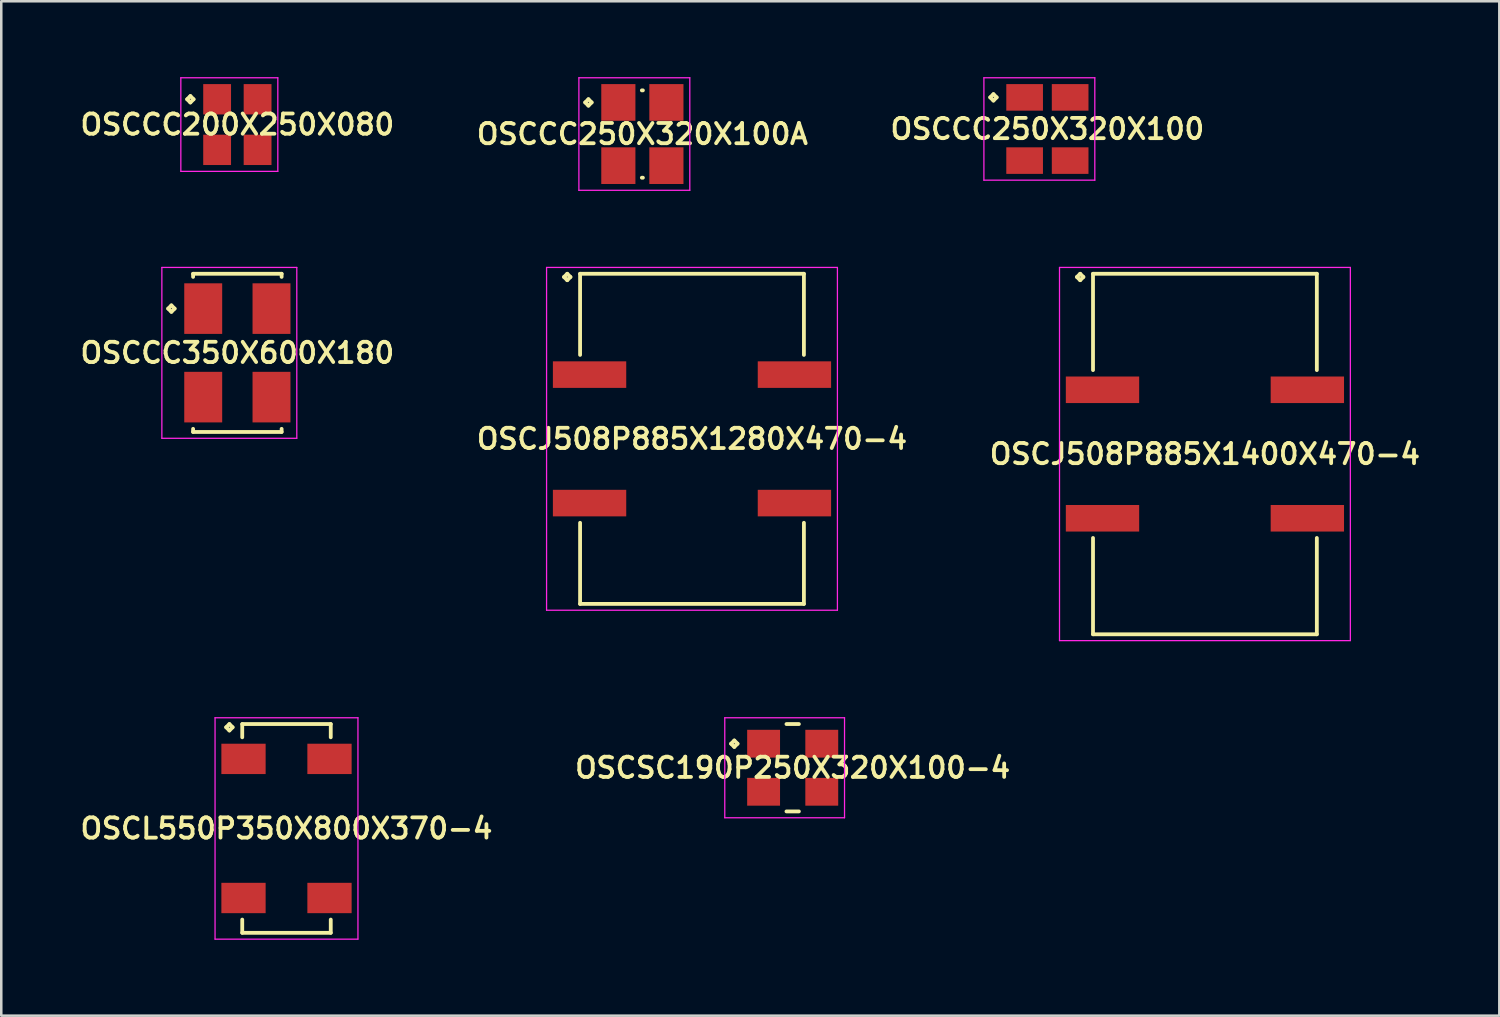
<source format=kicad_pcb>
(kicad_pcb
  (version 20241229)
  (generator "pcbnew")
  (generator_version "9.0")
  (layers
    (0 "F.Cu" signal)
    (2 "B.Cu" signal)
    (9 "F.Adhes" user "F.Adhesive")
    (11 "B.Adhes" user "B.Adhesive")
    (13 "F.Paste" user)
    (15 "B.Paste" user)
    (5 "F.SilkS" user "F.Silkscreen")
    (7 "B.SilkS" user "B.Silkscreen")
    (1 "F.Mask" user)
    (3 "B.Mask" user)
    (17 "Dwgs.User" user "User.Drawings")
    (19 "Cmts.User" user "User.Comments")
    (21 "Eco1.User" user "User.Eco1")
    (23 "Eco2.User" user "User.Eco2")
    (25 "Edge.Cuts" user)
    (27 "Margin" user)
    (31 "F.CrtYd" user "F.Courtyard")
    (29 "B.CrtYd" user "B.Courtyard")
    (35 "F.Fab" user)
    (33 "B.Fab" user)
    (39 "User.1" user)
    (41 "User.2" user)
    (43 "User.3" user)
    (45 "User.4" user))
  (footprint "OSCJ508P885X1280X470-4"
    (layer "F.Cu")
    (at 24.311 14.302)
    (property "Reference" "OSCJ508P885X1280X470-4" (at 0 0 0) (layer "F.SilkS") (effects (font (size 0.8 0.8) (thickness 0.15))))
    (attr smd)
    (fp_line (start -5.06 -6.4) (end -4.933 -6.527) (stroke (width 0.15) (type solid)) (layer "F.SilkS"))
    (fp_line (start -4.933 -6.527) (end -4.806 -6.4) (stroke (width 0.15) (type solid)) (layer "F.SilkS"))
    (fp_line (start -4.933 -6.273) (end -5.06 -6.4) (stroke (width 0.15) (type solid)) (layer "F.SilkS"))
    (fp_line (start -4.806 -6.4) (end -4.933 -6.273) (stroke (width 0.15) (type solid)) (layer "F.SilkS"))
    (fp_line (start -4.425 -6.527) (end 4.425 -6.527) (stroke (width 0.15) (type solid)) (layer "F.SilkS"))
    (fp_line (start -4.425 -3.319) (end -4.425 -6.527) (stroke (width 0.15) (type solid)) (layer "F.SilkS"))
    (fp_line (start -4.425 3.319) (end -4.425 6.527) (stroke (width 0.15) (type solid)) (layer "F.SilkS"))
    (fp_line (start -4.425 6.527) (end 4.425 6.527) (stroke (width 0.15) (type solid)) (layer "F.SilkS"))
    (fp_line (start 4.425 -6.527) (end 4.425 -3.319) (stroke (width 0.15) (type solid)) (layer "F.SilkS"))
    (fp_line (start 4.425 6.527) (end 4.425 3.319) (stroke (width 0.15) (type solid)) (layer "F.SilkS"))
    (fp_line (start -5.75 -6.777) (end 5.75 -6.777) (stroke (width 0.05) (type solid)) (layer "F.CrtYd"))
    (fp_line (start -5.75 6.777) (end -5.75 -6.777) (stroke (width 0.05) (type solid)) (layer "F.CrtYd"))
    (fp_line (start 5.75 -6.777) (end 5.75 6.777) (stroke (width 0.05) (type solid)) (layer "F.CrtYd"))
    (fp_line (start 5.75 6.777) (end -5.75 6.777) (stroke (width 0.05) (type solid)) (layer "F.CrtYd"))
    (pad "1" smd rect (at -4.05 -2.54) (size 2.9 1.05) (layers "F.Cu" "F.Mask" "F.Paste"))
    (pad "2" smd rect (at -4.05 2.54) (size 2.9 1.05) (layers "F.Cu" "F.Mask" "F.Paste"))
    (pad "3" smd rect (at 4.05 2.54) (size 2.9 1.05) (layers "F.Cu" "F.Mask" "F.Paste"))
    (pad "4" smd rect (at 4.05 -2.54) (size 2.9 1.05) (layers "F.Cu" "F.Mask" "F.Paste")))
  (footprint "OSCL550P350X800X370-4"
    (layer "F.Cu")
    (at 8.278 29.706)
    (property "Reference" "OSCL550P350X800X370-4" (at 0 0 0) (layer "F.SilkS") (effects (font (size 0.8 0.8) (thickness 0.15))))
    (attr smd)
    (fp_line (start -2.385 -4) (end -2.258 -4.127) (stroke (width 0.15) (type solid)) (layer "F.SilkS"))
    (fp_line (start -2.258 -4.127) (end -2.131 -4) (stroke (width 0.15) (type solid)) (layer "F.SilkS"))
    (fp_line (start -2.258 -3.873) (end -2.385 -4) (stroke (width 0.15) (type solid)) (layer "F.SilkS"))
    (fp_line (start -2.131 -4) (end -2.258 -3.873) (stroke (width 0.15) (type solid)) (layer "F.SilkS"))
    (fp_line (start -1.75 -4.127) (end 1.75 -4.127) (stroke (width 0.15) (type solid)) (layer "F.SilkS"))
    (fp_line (start -1.75 -3.604) (end -1.75 -4.127) (stroke (width 0.15) (type solid)) (layer "F.SilkS"))
    (fp_line (start -1.75 3.604) (end -1.75 4.127) (stroke (width 0.15) (type solid)) (layer "F.SilkS"))
    (fp_line (start -1.75 4.127) (end 1.75 4.127) (stroke (width 0.15) (type solid)) (layer "F.SilkS"))
    (fp_line (start 1.75 -4.127) (end 1.75 -3.604) (stroke (width 0.15) (type solid)) (layer "F.SilkS"))
    (fp_line (start 1.75 4.127) (end 1.75 3.604) (stroke (width 0.15) (type solid)) (layer "F.SilkS"))
    (fp_line (start -2.825 -4.377) (end 2.825 -4.377) (stroke (width 0.05) (type solid)) (layer "F.CrtYd"))
    (fp_line (start -2.825 4.377) (end -2.825 -4.377) (stroke (width 0.05) (type solid)) (layer "F.CrtYd"))
    (fp_line (start 2.825 -4.377) (end 2.825 4.377) (stroke (width 0.05) (type solid)) (layer "F.CrtYd"))
    (fp_line (start 2.825 4.377) (end -2.825 4.377) (stroke (width 0.05) (type solid)) (layer "F.CrtYd"))
    (pad "1" smd rect (at -1.7 -2.75) (size 1.75 1.2) (layers "F.Cu" "F.Mask" "F.Paste"))
    (pad "2" smd rect (at -1.7 2.75) (size 1.75 1.2) (layers "F.Cu" "F.Mask" "F.Paste"))
    (pad "3" smd rect (at 1.7 2.75) (size 1.75 1.2) (layers "F.Cu" "F.Mask" "F.Paste"))
    (pad "4" smd rect (at 1.7 -2.75) (size 1.75 1.2) (layers "F.Cu" "F.Mask" "F.Paste")))
  (footprint "OSCCC250X320X100A"
    (layer "F.Cu")
    (at 22.349 2.25)
    (property "Reference" "OSCCC250X320X100A" (at 0 0 0) (layer "F.SilkS") (effects (font (size 0.8 0.8) (thickness 0.15))))
    (attr smd)
    (fp_line (start -2.26 -1.25) (end -2.133 -1.377) (stroke (width 0.15) (type solid)) (layer "F.SilkS"))
    (fp_line (start -2.133 -1.377) (end -2.006 -1.25) (stroke (width 0.15) (type solid)) (layer "F.SilkS"))
    (fp_line (start -2.133 -1.123) (end -2.26 -1.25) (stroke (width 0.15) (type solid)) (layer "F.SilkS"))
    (fp_line (start -2.006 -1.25) (end -2.133 -1.123) (stroke (width 0.15) (type solid)) (layer "F.SilkS"))
    (fp_line (start -0.021 -1.727) (end 0.021 -1.727) (stroke (width 0.15) (type solid)) (layer "F.SilkS"))
    (fp_line (start -0.021 1.727) (end 0.021 1.727) (stroke (width 0.15) (type solid)) (layer "F.SilkS"))
    (fp_line (start -2.51 -2.225) (end 1.875 -2.225) (stroke (width 0.05) (type solid)) (layer "F.CrtYd"))
    (fp_line (start -2.51 2.225) (end -2.51 -2.225) (stroke (width 0.05) (type solid)) (layer "F.CrtYd"))
    (fp_line (start 1.875 -2.225) (end 1.875 2.225) (stroke (width 0.05) (type solid)) (layer "F.CrtYd"))
    (fp_line (start 1.875 2.225) (end -2.51 2.225) (stroke (width 0.05) (type solid)) (layer "F.CrtYd"))
    (pad "1" smd rect (at -0.95 -1.25) (size 1.35 1.45) (layers "F.Cu" "F.Mask" "F.Paste"))
    (pad "2" smd rect (at -0.95 1.25) (size 1.35 1.45) (layers "F.Cu" "F.Mask" "F.Paste"))
    (pad "3" smd rect (at 0.95 1.25) (size 1.35 1.45) (layers "F.Cu" "F.Mask" "F.Paste"))
    (pad "4" smd rect (at 0.95 -1.25) (size 1.35 1.45) (layers "F.Cu" "F.Mask" "F.Paste")))
  (footprint "OSCCC250X320X100"
    (layer "F.Cu")
    (at 38.363 2.05)
    (property "Reference" "OSCCC250X320X100" (at 0 0 0) (layer "F.SilkS") (effects (font (size 0.8 0.8) (thickness 0.15))))
    (attr smd)
    (fp_line (start -2.26 -1.25) (end -2.133 -1.377) (stroke (width 0.15) (type solid)) (layer "F.SilkS"))
    (fp_line (start -2.133 -1.377) (end -2.006 -1.25) (stroke (width 0.15) (type solid)) (layer "F.SilkS"))
    (fp_line (start -2.133 -1.123) (end -2.26 -1.25) (stroke (width 0.15) (type solid)) (layer "F.SilkS"))
    (fp_line (start -2.006 -1.25) (end -2.133 -1.123) (stroke (width 0.15) (type solid)) (layer "F.SilkS"))
    (fp_line (start -2.51 -2.025) (end 1.875 -2.025) (stroke (width 0.05) (type solid)) (layer "F.CrtYd"))
    (fp_line (start -2.51 2.025) (end -2.51 -2.025) (stroke (width 0.05) (type solid)) (layer "F.CrtYd"))
    (fp_line (start 1.875 -2.025) (end 1.875 2.025) (stroke (width 0.05) (type solid)) (layer "F.CrtYd"))
    (fp_line (start 1.875 2.025) (end -2.51 2.025) (stroke (width 0.05) (type solid)) (layer "F.CrtYd"))
    (pad "1" smd rect (at -0.9 -1.25) (size 1.45 1.05) (layers "F.Cu" "F.Mask" "F.Paste"))
    (pad "2" smd rect (at -0.9 1.25) (size 1.45 1.05) (layers "F.Cu" "F.Mask" "F.Paste"))
    (pad "3" smd rect (at 0.9 1.25) (size 1.45 1.05) (layers "F.Cu" "F.Mask" "F.Paste"))
    (pad "4" smd rect (at 0.9 -1.25) (size 1.45 1.05) (layers "F.Cu" "F.Mask" "F.Paste")))
  (footprint "OSCCC350X600X180"
    (layer "F.Cu")
    (at 6.335 10.902)
    (property "Reference" "OSCCC350X600X180" (at 0 0 0) (layer "F.SilkS") (effects (font (size 0.8 0.8) (thickness 0.15))))
    (attr smd)
    (fp_line (start -2.735 -1.75) (end -2.608 -1.877) (stroke (width 0.15) (type solid)) (layer "F.SilkS"))
    (fp_line (start -2.608 -1.877) (end -2.481 -1.75) (stroke (width 0.15) (type solid)) (layer "F.SilkS"))
    (fp_line (start -2.608 -1.623) (end -2.735 -1.75) (stroke (width 0.15) (type solid)) (layer "F.SilkS"))
    (fp_line (start -2.481 -1.75) (end -2.608 -1.623) (stroke (width 0.15) (type solid)) (layer "F.SilkS"))
    (fp_line (start -1.75 -3.127) (end 1.75 -3.127) (stroke (width 0.15) (type solid)) (layer "F.SilkS"))
    (fp_line (start -1.75 -3.004) (end -1.75 -3.127) (stroke (width 0.15) (type solid)) (layer "F.SilkS"))
    (fp_line (start -1.75 3.004) (end -1.75 3.127) (stroke (width 0.15) (type solid)) (layer "F.SilkS"))
    (fp_line (start -1.75 3.127) (end 1.75 3.127) (stroke (width 0.15) (type solid)) (layer "F.SilkS"))
    (fp_line (start 1.75 -3.127) (end 1.75 -3.004) (stroke (width 0.15) (type solid)) (layer "F.SilkS"))
    (fp_line (start 1.75 3.127) (end 1.75 3.004) (stroke (width 0.15) (type solid)) (layer "F.SilkS"))
    (fp_line (start -2.985 -3.377) (end 2.35 -3.377) (stroke (width 0.05) (type solid)) (layer "F.CrtYd"))
    (fp_line (start -2.985 3.377) (end -2.985 -3.377) (stroke (width 0.05) (type solid)) (layer "F.CrtYd"))
    (fp_line (start 2.35 -3.377) (end 2.35 3.377) (stroke (width 0.05) (type solid)) (layer "F.CrtYd"))
    (fp_line (start 2.35 3.377) (end -2.985 3.377) (stroke (width 0.05) (type solid)) (layer "F.CrtYd"))
    (pad "1" smd rect (at -1.35 -1.75) (size 1.5 2) (layers "F.Cu" "F.Mask" "F.Paste"))
    (pad "2" smd rect (at -1.35 1.75) (size 1.5 2) (layers "F.Cu" "F.Mask" "F.Paste"))
    (pad "3" smd rect (at 1.35 1.75) (size 1.5 2) (layers "F.Cu" "F.Mask" "F.Paste"))
    (pad "4" smd rect (at 1.35 -1.75) (size 1.5 2) (layers "F.Cu" "F.Mask" "F.Paste")))
  (footprint "OSCSC190P250X320X100-4"
    (layer "F.Cu")
    (at 28.292 27.306)
    (property "Reference" "OSCSC190P250X320X100-4" (at 0 0 0) (layer "F.SilkS") (effects (font (size 0.8 0.8) (thickness 0.15))))
    (attr smd)
    (fp_line (start -2.435 -0.95) (end -2.308 -1.077) (stroke (width 0.15) (type solid)) (layer "F.SilkS"))
    (fp_line (start -2.308 -1.077) (end -2.181 -0.95) (stroke (width 0.15) (type solid)) (layer "F.SilkS"))
    (fp_line (start -2.308 -0.823) (end -2.435 -0.95) (stroke (width 0.15) (type solid)) (layer "F.SilkS"))
    (fp_line (start -2.181 -0.95) (end -2.308 -0.823) (stroke (width 0.15) (type solid)) (layer "F.SilkS"))
    (fp_line (start -0.246 -1.727) (end 0.246 -1.727) (stroke (width 0.15) (type solid)) (layer "F.SilkS"))
    (fp_line (start -0.246 1.727) (end 0.246 1.727) (stroke (width 0.15) (type solid)) (layer "F.SilkS"))
    (fp_line (start -2.685 -1.977) (end 2.05 -1.977) (stroke (width 0.05) (type solid)) (layer "F.CrtYd"))
    (fp_line (start -2.685 1.977) (end -2.685 -1.977) (stroke (width 0.05) (type solid)) (layer "F.CrtYd"))
    (fp_line (start 2.05 -1.977) (end 2.05 1.977) (stroke (width 0.05) (type solid)) (layer "F.CrtYd"))
    (fp_line (start 2.05 1.977) (end -2.685 1.977) (stroke (width 0.05) (type solid)) (layer "F.CrtYd"))
    (pad "1" smd rect (at -1.15 -0.95) (size 1.3 1.1) (layers "F.Cu" "F.Mask" "F.Paste"))
    (pad "2" smd rect (at -1.15 0.95) (size 1.3 1.1) (layers "F.Cu" "F.Mask" "F.Paste"))
    (pad "3" smd rect (at 1.15 0.95) (size 1.3 1.1) (layers "F.Cu" "F.Mask" "F.Paste"))
    (pad "4" smd rect (at 1.15 -0.95) (size 1.3 1.1) (layers "F.Cu" "F.Mask" "F.Paste")))
  (footprint "OSCJ508P885X1400X470-4"
    (layer "F.Cu")
    (at 44.592 14.902)
    (property "Reference" "OSCJ508P885X1400X470-4" (at 0 0 0) (layer "F.SilkS") (effects (font (size 0.8 0.8) (thickness 0.15))))
    (attr smd)
    (fp_line (start -5.06 -7) (end -4.933 -7.127) (stroke (width 0.15) (type solid)) (layer "F.SilkS"))
    (fp_line (start -4.933 -7.127) (end -4.806 -7) (stroke (width 0.15) (type solid)) (layer "F.SilkS"))
    (fp_line (start -4.933 -6.873) (end -5.06 -7) (stroke (width 0.15) (type solid)) (layer "F.SilkS"))
    (fp_line (start -4.806 -7) (end -4.933 -6.873) (stroke (width 0.15) (type solid)) (layer "F.SilkS"))
    (fp_line (start -4.425 -7.127) (end 4.425 -7.127) (stroke (width 0.15) (type solid)) (layer "F.SilkS"))
    (fp_line (start -4.425 -3.319) (end -4.425 -7.127) (stroke (width 0.15) (type solid)) (layer "F.SilkS"))
    (fp_line (start -4.425 3.319) (end -4.425 7.127) (stroke (width 0.15) (type solid)) (layer "F.SilkS"))
    (fp_line (start -4.425 7.127) (end 4.425 7.127) (stroke (width 0.15) (type solid)) (layer "F.SilkS"))
    (fp_line (start 4.425 -7.127) (end 4.425 -3.319) (stroke (width 0.15) (type solid)) (layer "F.SilkS"))
    (fp_line (start 4.425 7.127) (end 4.425 3.319) (stroke (width 0.15) (type solid)) (layer "F.SilkS"))
    (fp_line (start -5.75 -7.377) (end 5.75 -7.377) (stroke (width 0.05) (type solid)) (layer "F.CrtYd"))
    (fp_line (start -5.75 7.377) (end -5.75 -7.377) (stroke (width 0.05) (type solid)) (layer "F.CrtYd"))
    (fp_line (start 5.75 -7.377) (end 5.75 7.377) (stroke (width 0.05) (type solid)) (layer "F.CrtYd"))
    (fp_line (start 5.75 7.377) (end -5.75 7.377) (stroke (width 0.05) (type solid)) (layer "F.CrtYd"))
    (pad "1" smd rect (at -4.05 -2.54) (size 2.9 1.05) (layers "F.Cu" "F.Mask" "F.Paste"))
    (pad "2" smd rect (at -4.05 2.54) (size 2.9 1.05) (layers "F.Cu" "F.Mask" "F.Paste"))
    (pad "3" smd rect (at 4.05 2.54) (size 2.9 1.05) (layers "F.Cu" "F.Mask" "F.Paste"))
    (pad "4" smd rect (at 4.05 -2.54) (size 2.9 1.05) (layers "F.Cu" "F.Mask" "F.Paste")))
  (footprint "OSCCC200X250X080"
    (layer "F.Cu")
    (at 6.335 1.875)
    (property "Reference" "OSCCC200X250X080" (at 0 0 0) (layer "F.SilkS") (effects (font (size 0.8 0.8) (thickness 0.15))))
    (attr smd)
    (fp_line (start -1.985 -1) (end -1.858 -1.127) (stroke (width 0.15) (type solid)) (layer "F.SilkS"))
    (fp_line (start -1.858 -1.127) (end -1.731 -1) (stroke (width 0.15) (type solid)) (layer "F.SilkS"))
    (fp_line (start -1.858 -0.873) (end -1.985 -1) (stroke (width 0.15) (type solid)) (layer "F.SilkS"))
    (fp_line (start -1.731 -1) (end -1.858 -0.873) (stroke (width 0.15) (type solid)) (layer "F.SilkS"))
    (fp_line (start -2.235 -1.85) (end 1.6 -1.85) (stroke (width 0.05) (type solid)) (layer "F.CrtYd"))
    (fp_line (start -2.235 1.85) (end -2.235 -1.85) (stroke (width 0.05) (type solid)) (layer "F.CrtYd"))
    (fp_line (start 1.6 -1.85) (end 1.6 1.85) (stroke (width 0.05) (type solid)) (layer "F.CrtYd"))
    (fp_line (start 1.6 1.85) (end -2.235 1.85) (stroke (width 0.05) (type solid)) (layer "F.CrtYd"))
    (pad "1" smd rect (at -0.8 -1) (size 1.1 1.2) (layers "F.Cu" "F.Mask" "F.Paste"))
    (pad "2" smd rect (at -0.8 1) (size 1.1 1.2) (layers "F.Cu" "F.Mask" "F.Paste"))
    (pad "3" smd rect (at 0.8 1) (size 1.1 1.2) (layers "F.Cu" "F.Mask" "F.Paste"))
    (pad "4" smd rect (at 0.8 -1) (size 1.1 1.2) (layers "F.Cu" "F.Mask" "F.Paste")))
  (gr_rect
    (start -3 -3)
    (end 56.232 37.108)
    (stroke (width 0.1) (type default))
    (fill no)
    (layer "Edge.Cuts")))
</source>
